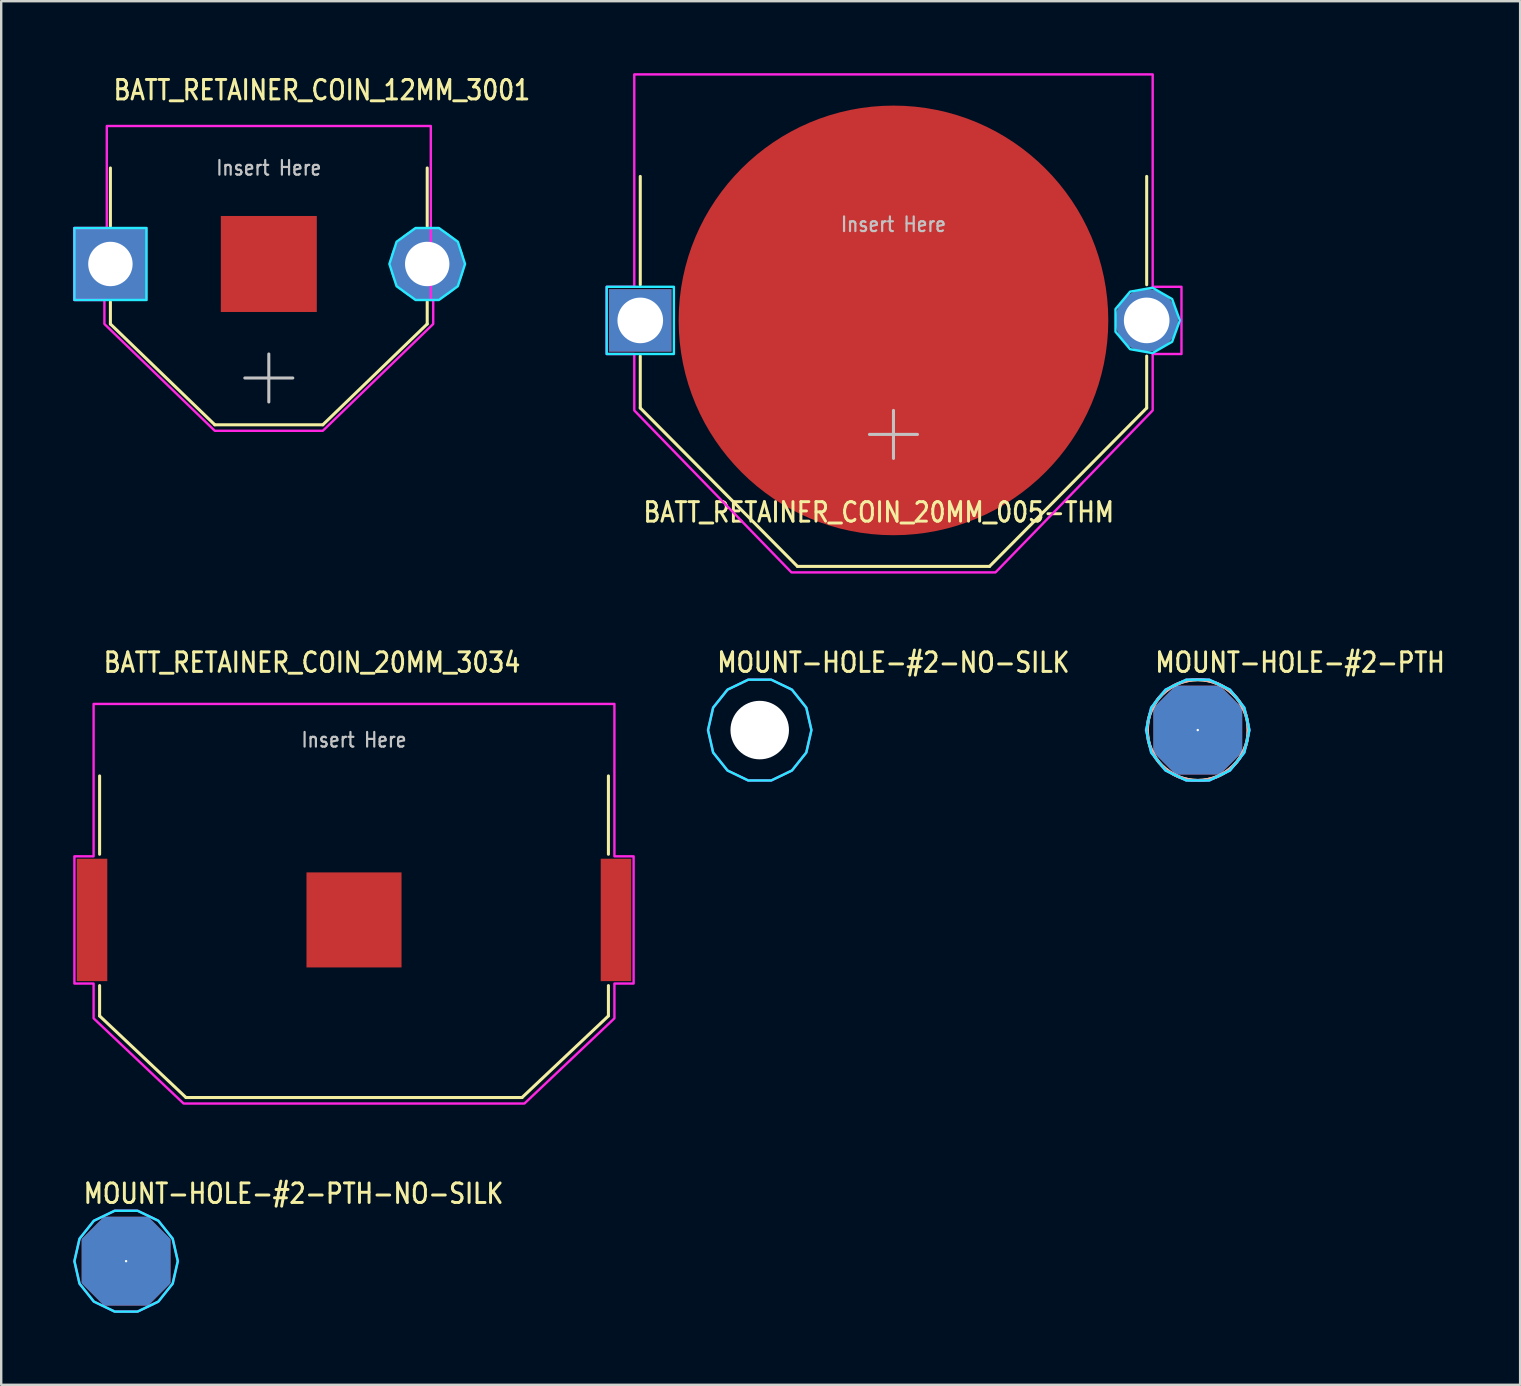
<source format=kicad_pcb>
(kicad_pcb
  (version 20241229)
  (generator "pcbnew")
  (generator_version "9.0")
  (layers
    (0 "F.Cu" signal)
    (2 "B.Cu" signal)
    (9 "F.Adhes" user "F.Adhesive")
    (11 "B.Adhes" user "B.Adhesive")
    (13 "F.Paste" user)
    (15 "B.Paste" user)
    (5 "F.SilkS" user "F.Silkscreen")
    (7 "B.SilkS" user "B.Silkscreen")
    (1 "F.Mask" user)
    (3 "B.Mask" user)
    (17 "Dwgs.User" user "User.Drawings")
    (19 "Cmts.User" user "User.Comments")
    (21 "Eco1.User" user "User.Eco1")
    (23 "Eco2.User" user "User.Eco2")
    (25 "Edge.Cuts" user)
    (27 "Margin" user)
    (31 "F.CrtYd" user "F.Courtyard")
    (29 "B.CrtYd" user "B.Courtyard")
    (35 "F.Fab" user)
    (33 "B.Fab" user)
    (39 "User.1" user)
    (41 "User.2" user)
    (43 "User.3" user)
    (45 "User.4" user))
  (footprint "MOUNT-HOLE-#2-PTH"
    (layer "F.Cu")
    (at 46.855 27.369)
    (property "Reference" "MOUNT-HOLE-#2-PTH" (at -1.84 -2.34 0) (unlocked yes) (layer "F.SilkS") (effects (font (size 0.813 0.695) (thickness 0.122)) (justify left bottom)))
    (fp_circle (center 0 0) (end 2.1 0) (stroke (width 0.127) (type solid)) (fill no) (layer "F.SilkS"))
    (fp_circle (center 0 0) (end 2.1 0) (stroke (width 0.127) (type solid)) (fill no) (layer "B.SilkS"))
    (fp_poly (pts (xy 2.154 0) (xy 1.941 -0.935) (xy 1.343 -1.684) (xy 0.479 -2.1) (xy -0.479 -2.1) (xy -1.343 -1.684) (xy -1.941 -0.935) (xy -2.154 0) (xy -1.941 0.935) (xy -1.343 1.684) (xy -0.479 2.1) (xy 0.479 2.1) (xy 1.343 1.684) (xy 1.941 0.935)) (stroke (width 0.1) (type solid)) (fill no) (layer "B.CrtYd"))
    (fp_poly (pts (xy 2.154 0) (xy 1.941 -0.935) (xy 1.343 -1.684) (xy 0.479 -2.1) (xy -0.479 -2.1) (xy -1.343 -1.684) (xy -1.941 -0.935) (xy -2.154 0) (xy -1.941 0.935) (xy -1.343 1.684) (xy -0.479 2.1) (xy 0.479 2.1) (xy 1.343 1.684) (xy 1.941 0.935)) (stroke (width 0.1) (type solid)) (fill no) (layer "F.CrtYd"))
    (pad "1" thru_hole custom (at 0 0) (size 0.1 0.1) (drill 2.438) (layers "*.Cu" "*.Mask") (options (anchor rect)) (primitives (gr_poly (pts (xy 1.791 0.895) (xy 0.895 1.791) (xy -0.895 1.791) (xy -1.791 0.895) (xy -1.791 -0.895) (xy -0.895 -1.791) (xy 0.895 -1.791) (xy 1.791 -0.895)) (width 0.12) (fill yes)))))
  (footprint "MOUNT-HOLE-#2-NO-SILK"
    (layer "F.Cu")
    (at 28.604 27.369)
    (property "Reference" "MOUNT-HOLE-#2-NO-SILK" (at -1.84 -2.34 0) (unlocked yes) (layer "F.SilkS") (effects (font (size 0.813 0.695) (thickness 0.122)) (justify left bottom)))
    (fp_circle (center 0 0) (end 1.968 0) (stroke (width 0) (type solid)) (fill yes) (layer "F.Mask"))
    (fp_circle (center 0 0) (end 2.1 0) (stroke (width 0) (type solid)) (fill yes) (layer "F.Mask"))
    (fp_circle (center 0 0) (end 2.1 0) (stroke (width 0) (type solid)) (fill yes) (layer "F.Mask"))
    (fp_circle (center 0 0) (end 1.968 0) (stroke (width 0) (type solid)) (fill yes) (layer "B.Mask"))
    (fp_circle (center 0 0) (end 2.1 0) (stroke (width 0) (type solid)) (fill yes) (layer "B.Mask"))
    (fp_poly (pts (xy 2.154 0) (xy 1.941 -0.935) (xy 1.343 -1.684) (xy 0.479 -2.1) (xy -0.479 -2.1) (xy -1.343 -1.684) (xy -1.941 -0.935) (xy -2.154 0) (xy -1.941 0.935) (xy -1.343 1.684) (xy -0.479 2.1) (xy 0.479 2.1) (xy 1.343 1.684) (xy 1.941 0.935)) (stroke (width 0.1) (type solid)) (fill no) (layer "B.CrtYd"))
    (fp_poly (pts (xy 2.154 0) (xy 1.941 -0.935) (xy 1.343 -1.684) (xy 0.479 -2.1) (xy -0.479 -2.1) (xy -1.343 -1.684) (xy -1.941 -0.935) (xy -2.154 0) (xy -1.941 0.935) (xy -1.343 1.684) (xy -0.479 2.1) (xy 0.479 2.1) (xy 1.343 1.684) (xy 1.941 0.935)) (stroke (width 0.1) (type solid)) (fill no) (layer "F.CrtYd"))
    (pad "" np_thru_hole circle (at 0 0) (size 2.438 2.438) (drill 2.438) (layers "*.Cu" "*.Mask")))
  (footprint "BATT_RETAINER_COIN_20MM_005-THM"
    (layer "F.Cu")
    (at 34.177 10.3)
    (property "Reference" "BATT_RETAINER_COIN_20MM_005-THM" (at -10.49 8.47 0) (unlocked yes) (layer "F.SilkS") (effects (font (size 0.813 0.695) (thickness 0.122)) (justify left bottom)))
    (fp_circle (center 0 0) (end 8.95 0) (stroke (width 0) (type solid)) (fill yes) (layer "F.Cu"))
    (fp_circle (center 0 0) (end 9.05 0) (stroke (width 0) (type solid)) (fill yes) (layer "F.Mask"))
    (fp_line (start -10.55 -1.486) (end -10.55 -6) (stroke (width 0.127) (type solid)) (layer "F.SilkS"))
    (fp_line (start -10.55 3.65) (end -10.55 1.486) (stroke (width 0.127) (type solid)) (layer "F.SilkS"))
    (fp_line (start -4 10.25) (end -10.55 3.65) (stroke (width 0.127) (type solid)) (layer "F.SilkS"))
    (fp_line (start 4 10.25) (end -4 10.25) (stroke (width 0.127) (type solid)) (layer "F.SilkS"))
    (fp_line (start 10.55 -6) (end 10.55 -1.486) (stroke (width 0.127) (type solid)) (layer "F.SilkS"))
    (fp_line (start 10.55 1.486) (end 10.55 3.65) (stroke (width 0.127) (type solid)) (layer "F.SilkS"))
    (fp_line (start 10.55 3.65) (end 4 10.25) (stroke (width 0.127) (type solid)) (layer "F.SilkS"))
    (fp_circle (center 0 0) (end 7 0) (stroke (width 0) (type solid)) (fill yes) (layer "F.Paste"))
    (fp_line (start -1 4.75) (end 1 4.75) (stroke (width 0.127) (type solid)) (layer "Dwgs.User"))
    (fp_line (start 0 3.75) (end 0 5.75) (stroke (width 0.127) (type solid)) (layer "Dwgs.User"))
    (fp_poly (pts (xy -11.95 -1.4) (xy -9.15 -1.4) (xy -9.15 1.4) (xy -11.95 1.4)) (stroke (width 0.1) (type solid)) (fill no) (layer "B.CrtYd"))
    (fp_poly (pts (xy 11.933 0) (xy 11.61 -0.889) (xy 10.79 -1.362) (xy 9.858 -1.198) (xy 9.25 -0.473) (xy 9.25 0.473) (xy 9.858 1.198) (xy 10.79 1.362) (xy 11.61 0.889)) (stroke (width 0.1) (type solid)) (fill no) (layer "B.CrtYd"))
    (fp_poly (pts (xy -11.95 -1.4) (xy -10.8 -1.4) (xy -10.8 -10.25) (xy 10.8 -10.25) (xy 10.8 -1.4) (xy 12 -1.4) (xy 12 1.4) (xy 10.8 1.4) (xy 10.8 3.75) (xy 4.25 10.5) (xy -4.25 10.5) (xy -10.8 3.75) (xy -10.8 1.4) (xy -11.95 1.4)) (stroke (width 0.1) (type solid)) (fill no) (layer "F.CrtYd"))
    (fp_text user "Insert Here" (at 0 -4 0) (unlocked yes) (layer "Dwgs.User") (effects (font (size 0.61 0.521) (thickness 0.091))))
    (pad "1" thru_hole rect (at -10.55 0) (size 2.6 2.6) (drill 1.9) (layers "*.Cu" "*.Mask"))
    (pad "2" thru_hole oval (at 10.55 0) (size 2.6 2.6) (drill 1.9) (layers "*.Cu" "*.Mask"))
    (pad "NEG" smd rect (at 0 0) (size 4 4) (layers "F.Cu")))
  (footprint "MOUNT-HOLE-#2-PTH-NO-SILK"
    (layer "F.Cu")
    (at 2.204 49.497)
    (property "Reference" "MOUNT-HOLE-#2-PTH-NO-SILK" (at -1.84 -2.34 0) (unlocked yes) (layer "F.SilkS") (effects (font (size 0.813 0.695) (thickness 0.122)) (justify left bottom)))
    (fp_poly (pts (xy 2.154 0) (xy 1.941 -0.935) (xy 1.343 -1.684) (xy 0.479 -2.1) (xy -0.479 -2.1) (xy -1.343 -1.684) (xy -1.941 -0.935) (xy -2.154 0) (xy -1.941 0.935) (xy -1.343 1.684) (xy -0.479 2.1) (xy 0.479 2.1) (xy 1.343 1.684) (xy 1.941 0.935)) (stroke (width 0.1) (type solid)) (fill no) (layer "B.CrtYd"))
    (fp_poly (pts (xy 2.154 0) (xy 1.941 -0.935) (xy 1.343 -1.684) (xy 0.479 -2.1) (xy -0.479 -2.1) (xy -1.343 -1.684) (xy -1.941 -0.935) (xy -2.154 0) (xy -1.941 0.935) (xy -1.343 1.684) (xy -0.479 2.1) (xy 0.479 2.1) (xy 1.343 1.684) (xy 1.941 0.935)) (stroke (width 0.1) (type solid)) (fill no) (layer "F.CrtYd"))
    (pad "1" thru_hole custom (at 0 0) (size 0.1 0.1) (drill 2.438) (layers "*.Cu" "*.Mask") (options (anchor rect)) (primitives (gr_poly (pts (xy 1.791 0.895) (xy 0.895 1.791) (xy -0.895 1.791) (xy -1.791 0.895) (xy -1.791 -0.895) (xy -0.895 -1.791) (xy 0.895 -1.791) (xy 1.791 -0.895)) (width 0.12) (fill yes)))))
  (footprint "BATT_RETAINER_COIN_12MM_3001"
    (layer "F.Cu")
    (at 8.15 7.949)
    (property "Reference" "BATT_RETAINER_COIN_12MM_3001" (at -6.54 -6.77 0) (unlocked yes) (layer "F.SilkS") (effects (font (size 0.813 0.695) (thickness 0.122)) (justify left bottom)))
    (fp_line (start -6.6 -1.574) (end -6.6 -4) (stroke (width 0.127) (type solid)) (layer "F.SilkS"))
    (fp_line (start -6.6 2.5) (end -6.6 1.574) (stroke (width 0.127) (type solid)) (layer "F.SilkS"))
    (fp_line (start -2.25 6.7) (end -6.6 2.5) (stroke (width 0.127) (type solid)) (layer "F.SilkS"))
    (fp_line (start 2.25 6.7) (end -2.25 6.7) (stroke (width 0.127) (type solid)) (layer "F.SilkS"))
    (fp_line (start 6.6 -4) (end 6.6 -1.574) (stroke (width 0.127) (type solid)) (layer "F.SilkS"))
    (fp_line (start 6.6 1.574) (end 6.6 2.5) (stroke (width 0.127) (type solid)) (layer "F.SilkS"))
    (fp_line (start 6.6 2.5) (end 2.25 6.7) (stroke (width 0.127) (type solid)) (layer "F.SilkS"))
    (fp_line (start -1 4.75) (end 1 4.75) (stroke (width 0.127) (type solid)) (layer "Dwgs.User"))
    (fp_line (start 0 3.75) (end 0 5.75) (stroke (width 0.127) (type solid)) (layer "Dwgs.User"))
    (fp_poly (pts (xy -8.1 -1.5) (xy -5.1 -1.5) (xy -5.1 1.5) (xy -8.1 1.5)) (stroke (width 0.1) (type solid)) (fill no) (layer "B.CrtYd"))
    (fp_poly (pts (xy 8.177 0) (xy 7.876 -0.927) (xy 7.087 -1.5) (xy 6.113 -1.5) (xy 5.324 -0.927) (xy 5.023 0) (xy 5.324 0.927) (xy 6.113 1.5) (xy 7.087 1.5) (xy 7.876 0.927)) (stroke (width 0.1) (type solid)) (fill no) (layer "B.CrtYd"))
    (fp_poly (pts (xy -8.1 -1.5) (xy -6.75 -1.5) (xy -6.75 -5.75) (xy 6.75 -5.75) (xy 6.75 -1.5) (xy 6.75 1.5) (xy 6.85 1.5) (xy 6.85 2.5) (xy 2.25 6.95) (xy -2.25 6.95) (xy -6.85 2.5) (xy -6.85 1.5) (xy -8.1 1.5)) (stroke (width 0.1) (type solid)) (fill no) (layer "F.CrtYd"))
    (fp_text user "Insert Here" (at 0 -4 0) (unlocked yes) (layer "Dwgs.User") (effects (font (size 0.61 0.521) (thickness 0.091))))
    (pad "1" thru_hole rect (at -6.6 0) (size 3.083 3.083) (drill 1.85) (layers "*.Cu" "*.Mask"))
    (pad "2" thru_hole oval (at 6.6 0) (size 3.083 3.083) (drill 1.85) (layers "*.Cu" "*.Mask"))
    (pad "NEG" smd rect (at 0 0) (size 4 4) (layers "F.Cu" "F.Mask" "F.Paste")))
  (footprint "BATT_RETAINER_COIN_20MM_3034"
    (layer "F.Cu")
    (at 11.7 35.279)
    (property "Reference" "BATT_RETAINER_COIN_20MM_3034" (at -10.5 -10.25 0) (unlocked yes) (layer "F.SilkS") (effects (font (size 0.813 0.695) (thickness 0.122)) (justify left bottom)))
    (fp_line (start -10.6 -2.736) (end -10.6 -6) (stroke (width 0.127) (type solid)) (layer "F.SilkS"))
    (fp_line (start -10.6 4) (end -10.6 2.736) (stroke (width 0.127) (type solid)) (layer "F.SilkS"))
    (fp_line (start -7 7.4) (end -10.6 4) (stroke (width 0.127) (type solid)) (layer "F.SilkS"))
    (fp_line (start 7 7.4) (end -7 7.4) (stroke (width 0.127) (type solid)) (layer "F.SilkS"))
    (fp_line (start 10.6 -6) (end 10.6 -2.736) (stroke (width 0.127) (type solid)) (layer "F.SilkS"))
    (fp_line (start 10.6 2.736) (end 10.6 4) (stroke (width 0.127) (type solid)) (layer "F.SilkS"))
    (fp_line (start 10.6 4) (end 7 7.4) (stroke (width 0.127) (type solid)) (layer "F.SilkS"))
    (fp_poly (pts (xy -11.65 -2.65) (xy -10.85 -2.65) (xy -10.85 -9) (xy 10.85 -9) (xy 10.85 -2.65) (xy 11.65 -2.65) (xy 11.65 2.65) (xy 10.85 2.65) (xy 10.85 4.1) (xy 7.1 7.65) (xy -7.1 7.65) (xy -10.85 4.1) (xy -10.85 2.65) (xy -11.65 2.65)) (stroke (width 0.1) (type solid)) (fill no) (layer "F.CrtYd"))
    (fp_text user "Insert Here" (at 0 -7.5 0) (unlocked yes) (layer "Dwgs.User") (effects (font (size 0.61 0.521) (thickness 0.091))))
    (pad "1" smd rect (at -10.915 0) (size 1.27 5.1) (layers "F.Cu" "F.Mask" "F.Paste"))
    (pad "2" smd rect (at 10.915 0) (size 1.27 5.1) (layers "F.Cu" "F.Mask" "F.Paste"))
    (pad "NEG" smd rect (at 0 0) (size 3.96 3.96) (layers "F.Cu" "F.Mask" "F.Paste")))
  (gr_rect
    (start -3 -3)
    (end 60.287 54.647)
    (stroke (width 0.1) (type default))
    (fill no)
    (layer "Edge.Cuts")))
</source>
